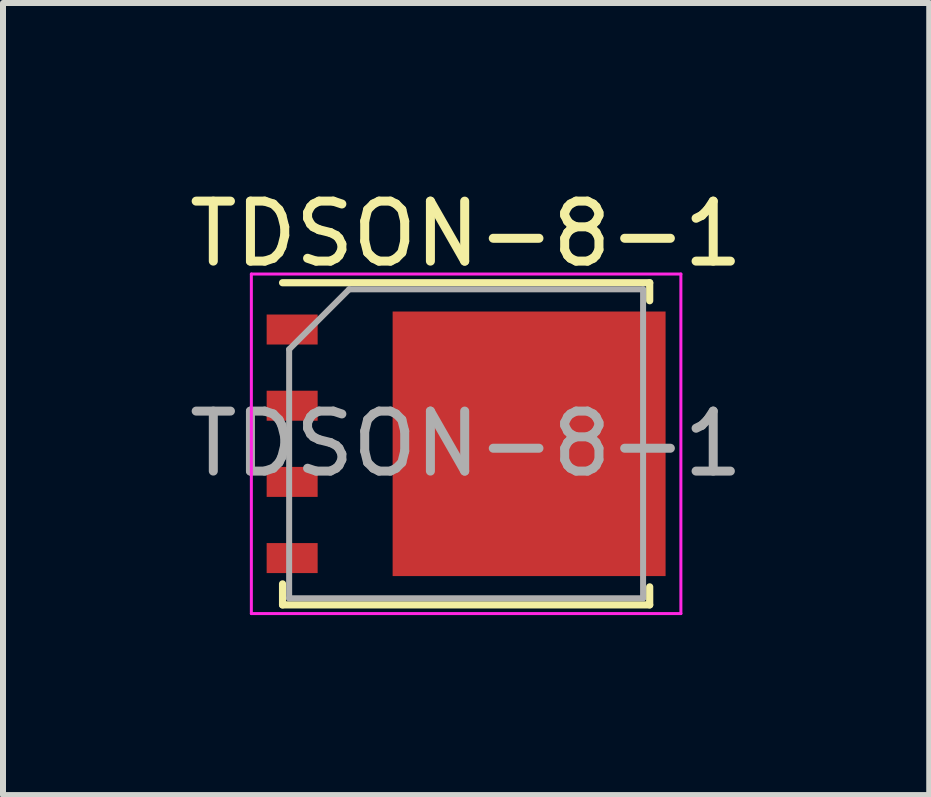
<source format=kicad_pcb>
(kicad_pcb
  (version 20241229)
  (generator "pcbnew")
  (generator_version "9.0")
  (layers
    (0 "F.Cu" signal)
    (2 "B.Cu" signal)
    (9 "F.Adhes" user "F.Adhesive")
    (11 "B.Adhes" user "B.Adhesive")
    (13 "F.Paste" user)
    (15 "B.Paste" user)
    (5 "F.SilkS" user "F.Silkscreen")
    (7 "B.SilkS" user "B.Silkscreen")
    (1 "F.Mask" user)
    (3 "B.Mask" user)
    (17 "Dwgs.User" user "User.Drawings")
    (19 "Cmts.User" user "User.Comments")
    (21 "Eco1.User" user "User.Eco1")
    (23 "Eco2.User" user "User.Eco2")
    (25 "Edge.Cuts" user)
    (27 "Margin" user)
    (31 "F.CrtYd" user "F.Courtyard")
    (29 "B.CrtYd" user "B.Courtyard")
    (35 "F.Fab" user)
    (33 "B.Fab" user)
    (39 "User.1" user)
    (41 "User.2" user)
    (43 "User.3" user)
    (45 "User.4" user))
  (footprint "TDSON-8-1"
    (layer "F.Cu")
    (at 4.72 4.348)
    (property "Reference" "TDSON-8-1" (at 0 -3.5 0) (layer "F.SilkS") (effects (font (size 1 1) (thickness 0.15))))
    (attr smd)
    (fp_line (start -3.06 2.335) (end -3.06 2.685) (stroke (width 0.12) (type solid)) (layer "F.SilkS"))
    (fp_line (start 3.06 -2.685) (end -3.06 -2.685) (stroke (width 0.12) (type solid)) (layer "F.SilkS"))
    (fp_line (start 3.06 -2.385) (end 3.06 -2.685) (stroke (width 0.12) (type solid)) (layer "F.SilkS"))
    (fp_line (start 3.06 2.385) (end 3.06 2.685) (stroke (width 0.12) (type solid)) (layer "F.SilkS"))
    (fp_line (start 3.06 2.685) (end -3.06 2.685) (stroke (width 0.12) (type solid)) (layer "F.SilkS"))
    (fp_line (start -3.58 -2.83) (end -3.58 2.83) (stroke (width 0.05) (type solid)) (layer "F.CrtYd"))
    (fp_line (start -3.58 2.83) (end 3.58 2.83) (stroke (width 0.05) (type solid)) (layer "F.CrtYd"))
    (fp_line (start 3.58 -2.83) (end -3.58 -2.83) (stroke (width 0.05) (type solid)) (layer "F.CrtYd"))
    (fp_line (start 3.58 2.83) (end 3.58 -2.83) (stroke (width 0.05) (type solid)) (layer "F.CrtYd"))
    (fp_line (start -2.95 2.575) (end -2.95 -1.575) (stroke (width 0.1) (type solid)) (layer "F.Fab"))
    (fp_line (start -1.95 -2.575) (end -2.95 -1.575) (stroke (width 0.1) (type solid)) (layer "F.Fab"))
    (fp_line (start -1.95 -2.575) (end 2.95 -2.575) (stroke (width 0.1) (type solid)) (layer "F.Fab"))
    (fp_line (start 2.95 -2.575) (end 2.95 2.575) (stroke (width 0.1) (type solid)) (layer "F.Fab"))
    (fp_line (start 2.95 2.575) (end -2.95 2.575) (stroke (width 0.1) (type solid)) (layer "F.Fab"))
    (fp_text user "${REFERENCE}" (at 0 0 0) (layer "F.Fab") (effects (font (size 1 1) (thickness 0.15))))
    (pad "" smd rect (at -0.2 -0.85) (size 1.5 1.5) (layers "F.Paste"))
    (pad "" smd rect (at -0.2 0.85) (size 1.5 1.5) (layers "F.Paste"))
    (pad "" smd custom (at 0.65 0) (size 3.75 4.41) (layers "F.Mask") (options (anchor rect)) (primitives (gr_poly (pts (xy 1.875 -2.205) (xy 2.675 -2.205) (xy 2.675 -1.605) (xy 1.875 -1.605)) (width 0) (fill yes)) (gr_poly (pts (xy 1.875 -0.935) (xy 2.675 -0.935) (xy 2.675 -0.335) (xy 1.875 -0.335)) (width 0) (fill yes)) (gr_poly (pts (xy 1.875 0.335) (xy 2.675 0.335) (xy 2.675 0.935) (xy 1.875 0.935)) (width 0) (fill yes)) (gr_poly (pts (xy 1.875 1.605) (xy 2.675 1.605) (xy 2.675 2.205) (xy 1.875 2.205)) (width 0) (fill yes))))
    (pad "" smd rect (at 1.5 -0.85) (size 1.5 1.5) (layers "F.Paste"))
    (pad "" smd rect (at 1.5 0.85) (size 1.5 1.5) (layers "F.Paste"))
    (pad "" smd rect (at 2.905 -1.905) (size 0.75 0.5) (layers "F.Paste"))
    (pad "" smd rect (at 2.905 -0.635) (size 0.75 0.5) (layers "F.Paste"))
    (pad "" smd rect (at 2.905 0.635) (size 0.75 0.5) (layers "F.Paste"))
    (pad "" smd rect (at 2.905 1.905) (size 0.75 0.5) (layers "F.Paste"))
    (pad "1" smd rect (at -2.9 -1.905) (size 0.85 0.5) (layers "F.Cu" "F.Mask" "F.Paste"))
    (pad "2" smd rect (at -2.9 -0.635) (size 0.85 0.5) (layers "F.Cu" "F.Mask" "F.Paste"))
    (pad "3" smd rect (at -2.9 0.635) (size 0.85 0.5) (layers "F.Cu" "F.Mask" "F.Paste"))
    (pad "4" smd rect (at -2.9 1.905) (size 0.85 0.5) (layers "F.Cu" "F.Mask" "F.Paste"))
    (pad "5" smd rect (at 1.05 0) (size 4.55 4.41) (layers "F.Cu")))
  (gr_rect
    (start -3 -3)
    (end 12.44 10.203)
    (stroke (width 0.1) (type default))
    (fill no)
    (layer "Edge.Cuts")))
</source>
